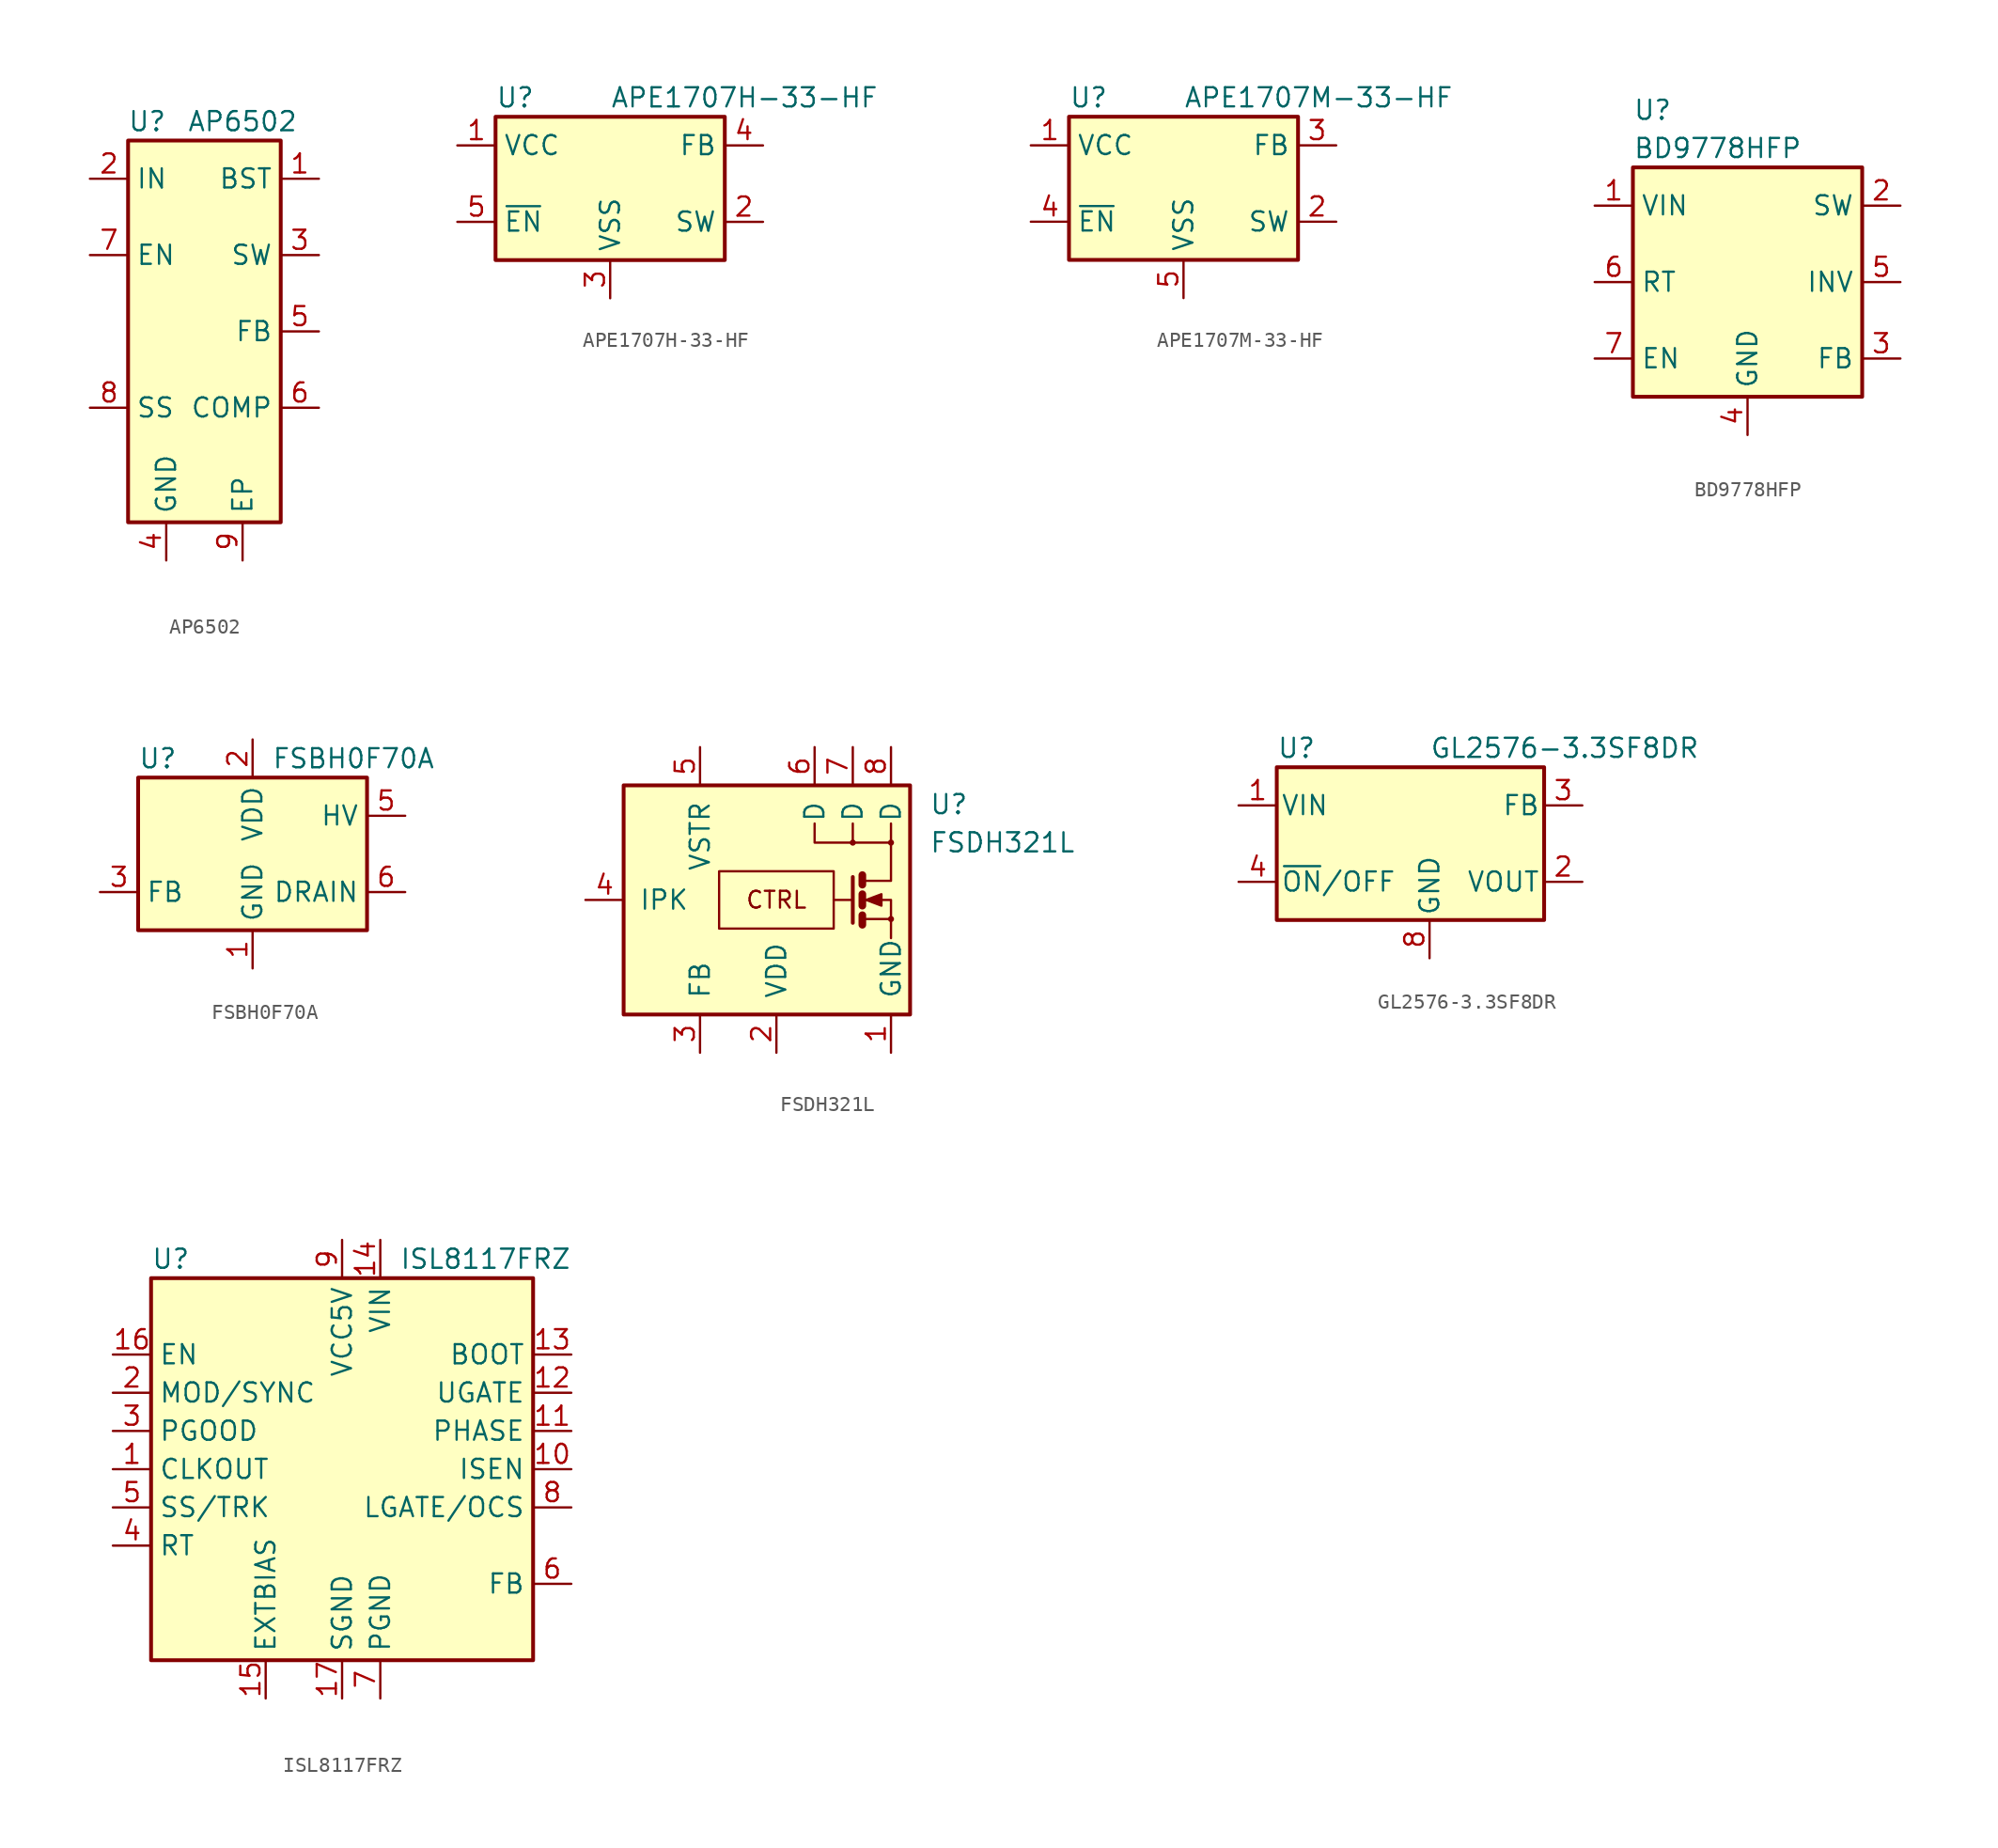
<source format=kicad_sym>
(kicad_symbol_lib
  (version 20201005)
  (generator kicad_symbol_editor)
  (symbol "AP6502"
    (property "Reference" "U"
      (at -3.81 13.97 0)
      (effects (font (size 1.27 1.27))))
    (property "Value" "AP6502"
      (at 2.54 13.97 0)
      (effects (font (size 1.27 1.27))))
    (symbol "AP6502_0_1"
      (rectangle (start -5.08 12.7) (end 5.08 -12.7) (stroke (width 0.254)) (fill (type background))))
    (symbol "AP6502_1_1"
      (pin output line (at 7.62 10.16 180) (length 2.54) (name "BST" (effects (font (size 1.27 1.27)))) (number "1" (effects (font (size 1.27 1.27)))))
      (pin power_in line (at -7.62 10.16 0) (length 2.54) (name "IN" (effects (font (size 1.27 1.27)))) (number "2" (effects (font (size 1.27 1.27)))))
      (pin power_out line (at 7.62 5.08 180) (length 2.54) (name "SW" (effects (font (size 1.27 1.27)))) (number "3" (effects (font (size 1.27 1.27)))))
      (pin power_in line (at -2.54 -15.24 90) (length 2.54) (name "GND" (effects (font (size 1.27 1.27)))) (number "4" (effects (font (size 1.27 1.27)))))
      (pin input line (at 7.62 0 180) (length 2.54) (name "FB" (effects (font (size 1.27 1.27)))) (number "5" (effects (font (size 1.27 1.27)))))
      (pin output line (at 7.62 -5.08 180) (length 2.54) (name "COMP" (effects (font (size 1.27 1.27)))) (number "6" (effects (font (size 1.27 1.27)))))
      (pin input line (at -7.62 5.08 0) (length 2.54) (name "EN" (effects (font (size 1.27 1.27)))) (number "7" (effects (font (size 1.27 1.27)))))
      (pin tri_state line (at -7.62 -5.08 0) (length 2.54) (name "SS" (effects (font (size 1.27 1.27)))) (number "8" (effects (font (size 1.27 1.27)))))
      (pin power_in line (at 2.54 -15.24 90) (length 2.54) (name "EP" (effects (font (size 1.27 1.27)))) (number "9" (effects (font (size 1.27 1.27)))))))
  (symbol "APE1707H-33-HF"
    (property "Reference" "U"
      (at -7.62 5.715 0)
      (effects (font (size 1.27 1.27)) (justify left)))
    (property "Value" "APE1707H-33-HF"
      (at 0 5.715 0)
      (effects (font (size 1.27 1.27)) (justify left)))
    (symbol "APE1707H-33-HF_0_1"
      (rectangle (start -7.62 4.445) (end 7.62 -5.08) (stroke (width 0.254)) (fill (type background))))
    (symbol "APE1707H-33-HF_1_1"
      (pin power_in line (at -10.16 2.54 0) (length 2.54) (name "VCC" (effects (font (size 1.27 1.27)))) (number "1" (effects (font (size 1.27 1.27)))))
      (pin output line (at 10.16 -2.54 180) (length 2.54) (name "SW" (effects (font (size 1.27 1.27)))) (number "2" (effects (font (size 1.27 1.27)))))
      (pin power_in line (at 0 -7.62 90) (length 2.54) (name "VSS" (effects (font (size 1.27 1.27)))) (number "3" (effects (font (size 1.27 1.27)))))
      (pin input line (at 10.16 2.54 180) (length 2.54) (name "FB" (effects (font (size 1.27 1.27)))) (number "4" (effects (font (size 1.27 1.27)))))
      (pin input line (at -10.16 -2.54 0) (length 2.54) (name "~EN~" (effects (font (size 1.27 1.27)))) (number "5" (effects (font (size 1.27 1.27)))))))
  (symbol "APE1707M-33-HF"
    (property "Reference" "U"
      (at -7.62 5.715 0)
      (effects (font (size 1.27 1.27)) (justify left)))
    (property "Value" "APE1707M-33-HF"
      (at 0 5.715 0)
      (effects (font (size 1.27 1.27)) (justify left)))
    (symbol "APE1707M-33-HF_0_1"
      (rectangle (start -7.62 4.445) (end 7.62 -5.08) (stroke (width 0.254)) (fill (type background))))
    (symbol "APE1707M-33-HF_1_1"
      (pin power_in line (at -10.16 2.54 0) (length 2.54) (name "VCC" (effects (font (size 1.27 1.27)))) (number "1" (effects (font (size 1.27 1.27)))))
      (pin output line (at 10.16 -2.54 180) (length 2.54) (name "SW" (effects (font (size 1.27 1.27)))) (number "2" (effects (font (size 1.27 1.27)))))
      (pin input line (at 10.16 2.54 180) (length 2.54) (name "FB" (effects (font (size 1.27 1.27)))) (number "3" (effects (font (size 1.27 1.27)))))
      (pin input line (at -10.16 -2.54 0) (length 2.54) (name "~EN~" (effects (font (size 1.27 1.27)))) (number "4" (effects (font (size 1.27 1.27)))))
      (pin power_in line (at 0 -7.62 90) (length 2.54) (name "VSS" (effects (font (size 1.27 1.27)))) (number "5" (effects (font (size 1.27 1.27)))))
      (pin passive line (at 0 -7.62 90) (length 2.54) hide (name "VSS" (effects (font (size 1.27 1.27)))) (number "6" (effects (font (size 1.27 1.27)))))
      (pin passive line (at 0 -7.62 90) (length 2.54) hide (name "VSS" (effects (font (size 1.27 1.27)))) (number "7" (effects (font (size 1.27 1.27)))))
      (pin passive line (at 0 -7.62 90) (length 2.54) hide (name "VSS" (effects (font (size 1.27 1.27)))) (number "8" (effects (font (size 1.27 1.27)))))))
  (symbol "BD9778HFP"
    (property "Reference" "U"
      (at -7.62 11.43 0)
      (effects (font (size 1.27 1.27)) (justify left)))
    (property "Value" "BD9778HFP"
      (at -7.62 8.89 0)
      (effects (font (size 1.27 1.27)) (justify left)))
    (symbol "BD9778HFP_0_1"
      (rectangle (start -7.62 7.62) (end 7.62 -7.62) (stroke (width 0.254)) (fill (type background))))
    (symbol "BD9778HFP_1_1"
      (pin power_in line (at -10.16 5.08 0) (length 2.54) (name "VIN" (effects (font (size 1.27 1.27)))) (number "1" (effects (font (size 1.27 1.27)))))
      (pin output line (at 10.16 5.08 180) (length 2.54) (name "SW" (effects (font (size 1.27 1.27)))) (number "2" (effects (font (size 1.27 1.27)))))
      (pin passive line (at 10.16 -5.08 180) (length 2.54) (name "FB" (effects (font (size 1.27 1.27)))) (number "3" (effects (font (size 1.27 1.27)))))
      (pin power_in line (at 0 -10.16 90) (length 2.54) (name "GND" (effects (font (size 1.27 1.27)))) (number "4" (effects (font (size 1.27 1.27)))))
      (pin input line (at 10.16 0 180) (length 2.54) (name "INV" (effects (font (size 1.27 1.27)))) (number "5" (effects (font (size 1.27 1.27)))))
      (pin passive line (at -10.16 0 0) (length 2.54) (name "RT" (effects (font (size 1.27 1.27)))) (number "6" (effects (font (size 1.27 1.27)))))
      (pin passive line (at -10.16 -5.08 0) (length 2.54) (name "EN" (effects (font (size 1.27 1.27)))) (number "7" (effects (font (size 1.27 1.27)))))))
  (symbol "FSBH0F70A"
    (property "Reference" "U"
      (at -7.62 6.35 0)
      (effects (font (size 1.27 1.27)) (justify left)))
    (property "Value" "FSBH0F70A"
      (at 1.27 6.35 0)
      (effects (font (size 1.27 1.27)) (justify left)))
    (symbol "FSBH0F70A_0_1"
      (rectangle (start -7.62 5.08) (end 7.62 -5.08) (stroke (width 0.254)) (fill (type background))))
    (symbol "FSBH0F70A_1_1"
      (pin power_in line (at 0 -7.62 90) (length 2.54) (name "GND" (effects (font (size 1.27 1.27)))) (number "1" (effects (font (size 1.27 1.27)))))
      (pin power_in line (at 0 7.62 270) (length 2.54) (name "VDD" (effects (font (size 1.27 1.27)))) (number "2" (effects (font (size 1.27 1.27)))))
      (pin input line (at -10.16 -2.54 0) (length 2.54) (name "FB" (effects (font (size 1.27 1.27)))) (number "3" (effects (font (size 1.27 1.27)))))
      (pin no_connect line (at -7.62 2.54 0) (length 2.54) hide (name "NC" (effects (font (size 1.27 1.27)))) (number "4" (effects (font (size 1.27 1.27)))))
      (pin input line (at 10.16 2.54 180) (length 2.54) (name "HV" (effects (font (size 1.27 1.27)))) (number "5" (effects (font (size 1.27 1.27)))))
      (pin open_collector line (at 10.16 -2.54 180) (length 2.54) (name "DRAIN" (effects (font (size 1.27 1.27)))) (number "6" (effects (font (size 1.27 1.27)))))
      (pin open_collector line (at 10.16 -2.54 180) (length 2.54) hide (name "DRAIN" (effects (font (size 1.27 1.27)))) (number "7" (effects (font (size 1.27 1.27)))))
      (pin open_collector line (at 10.16 -2.54 180) (length 2.54) hide (name "DRAIN" (effects (font (size 1.27 1.27)))) (number "8" (effects (font (size 1.27 1.27)))))))
  (symbol "FSDH321L"
    (pin_names
      (offset 1.016))
    (property "Reference" "U"
      (at 10.16 6.35 0)
      (effects (font (size 1.27 1.27)) (justify left)))
    (property "Value" "FSDH321L"
      (at 10.16 3.81 0)
      (effects (font (size 1.27 1.27)) (justify left)))
    (symbol "FSDH321L_0_0"
      (circle (center 5.08 3.81) (radius 0.127) (stroke (width 0)) (fill (type none)))
      (circle (center 7.62 -1.27) (radius 0.127) (stroke (width 0)) (fill (type none)))
      (circle (center 7.62 3.81) (radius 0.127) (stroke (width 0)) (fill (type none)))
      (text "CTRL" (at 0 0 0) (effects (font (size 1.118 1.118))))
      (rectangle (start -10.16 7.62) (end 8.89 -7.62) (stroke (width 0.254)) (fill (type background))))
    (symbol "FSDH321L_0_1"
      (rectangle (start -3.81 1.905) (end 3.81 -1.905) (stroke (width 0)) (fill (type none)))
      (polyline (pts (xy 5.08 0) (xy 3.81 0)) (stroke (width 0)) (fill (type none)))
      (polyline (pts (xy 5.08 3.81) (xy 5.08 5.08)) (stroke (width 0)) (fill (type none)))
      (polyline (pts (xy 5.715 -1.016) (xy 5.715 -1.651)) (stroke (width 0.508)) (fill (type none)))
      (polyline (pts (xy 5.715 0.381) (xy 5.715 -0.381)) (stroke (width 0.508)) (fill (type none)))
      (polyline (pts (xy 5.715 1.651) (xy 5.715 1.016)) (stroke (width 0.508)) (fill (type none)))
      (polyline (pts (xy 5.08 1.524) (xy 5.08 -1.524) (xy 5.08 -1.524)) (stroke (width 0.254)) (fill (type none)))
      (polyline (pts (xy 5.715 -1.27) (xy 7.62 -1.27) (xy 7.62 -2.54)) (stroke (width 0)) (fill (type none)))
      (polyline (pts (xy 7.62 3.81) (xy 2.54 3.81) (xy 2.54 5.08)) (stroke (width 0)) (fill (type none)))
      (polyline (pts (xy 5.715 1.27) (xy 6.731 1.27) (xy 7.62 1.27) (xy 7.62 5.08)) (stroke (width 0)) (fill (type none)))
      (polyline (pts (xy 5.842 0) (xy 6.35 0) (xy 7.62 0) (xy 7.62 -1.27) (xy 7.62 -1.27)) (stroke (width 0)) (fill (type none)))
      (polyline (pts (xy 5.969 0) (xy 6.985 0.381) (xy 6.985 -0.381) (xy 5.969 0) (xy 6.096 0) (xy 6.096 0)) (stroke (width 0)) (fill (type outline))))
    (symbol "FSDH321L_1_1"
      (pin power_in line (at 7.62 -10.16 90) (length 2.54) (name "GND" (effects (font (size 1.27 1.27)))) (number "1" (effects (font (size 1.27 1.27)))))
      (pin power_in line (at 0 -10.16 90) (length 2.54) (name "VDD" (effects (font (size 1.27 1.27)))) (number "2" (effects (font (size 1.27 1.27)))))
      (pin input line (at -5.08 -10.16 90) (length 2.54) (name "FB" (effects (font (size 1.27 1.27)))) (number "3" (effects (font (size 1.27 1.27)))))
      (pin passive line (at -12.7 0 0) (length 2.54) (name "IPK" (effects (font (size 1.27 1.27)))) (number "4" (effects (font (size 1.27 1.27)))))
      (pin passive line (at -5.08 10.16 270) (length 2.54) (name "VSTR" (effects (font (size 1.27 1.27)))) (number "5" (effects (font (size 1.27 1.27)))))
      (pin passive line (at 2.54 10.16 270) (length 2.54) (name "D" (effects (font (size 1.27 1.27)))) (number "6" (effects (font (size 1.27 1.27)))))
      (pin passive line (at 5.08 10.16 270) (length 2.54) (name "D" (effects (font (size 1.27 1.27)))) (number "7" (effects (font (size 1.27 1.27)))))
      (pin passive line (at 7.62 10.16 270) (length 2.54) (name "D" (effects (font (size 1.27 1.27)))) (number "8" (effects (font (size 1.27 1.27)))))))
  (symbol "GL2576-3.3SF8DR"
    (pin_names
      (offset 0.254))
    (property "Reference" "U"
      (at -10.16 6.35 0)
      (effects (font (size 1.27 1.27)) (justify left)))
    (property "Value" "GL2576-3.3SF8DR"
      (at 0 6.35 0)
      (effects (font (size 1.27 1.27)) (justify left)))
    (symbol "GL2576-3.3SF8DR_0_1"
      (rectangle (start -10.16 5.08) (end 7.62 -5.08) (stroke (width 0.254)) (fill (type background))))
    (symbol "GL2576-3.3SF8DR_1_1"
      (pin power_in line (at -12.7 2.54 0) (length 2.54) (name "VIN" (effects (font (size 1.27 1.27)))) (number "1" (effects (font (size 1.27 1.27)))))
      (pin output line (at 10.16 -2.54 180) (length 2.54) (name "VOUT" (effects (font (size 1.27 1.27)))) (number "2" (effects (font (size 1.27 1.27)))))
      (pin passive line (at 10.16 2.54 180) (length 2.54) (name "FB" (effects (font (size 1.27 1.27)))) (number "3" (effects (font (size 1.27 1.27)))))
      (pin input line (at -12.7 -2.54 0) (length 2.54) (name "~ON~/OFF" (effects (font (size 1.27 1.27)))) (number "4" (effects (font (size 1.27 1.27)))))
      (pin passive line (at 0 -7.62 90) (length 2.54) hide (name "GND" (effects (font (size 1.27 1.27)))) (number "5" (effects (font (size 1.27 1.27)))))
      (pin passive line (at 0 -7.62 90) (length 2.54) hide (name "GND" (effects (font (size 1.27 1.27)))) (number "6" (effects (font (size 1.27 1.27)))))
      (pin passive line (at 0 -7.62 90) (length 2.54) hide (name "GND" (effects (font (size 1.27 1.27)))) (number "7" (effects (font (size 1.27 1.27)))))
      (pin power_in line (at 0 -7.62 90) (length 2.54) (name "GND" (effects (font (size 1.27 1.27)))) (number "8" (effects (font (size 1.27 1.27)))))))
  (symbol "ISL8117FRZ"
    (property "Reference" "U"
      (at -12.7 13.97 0)
      (effects (font (size 1.27 1.27)) (justify left)))
    (property "Value" "ISL8117FRZ"
      (at 3.81 13.97 0)
      (effects (font (size 1.27 1.27)) (justify left)))
    (symbol "ISL8117FRZ_0_1"
      (rectangle (start -12.7 12.7) (end 12.7 -12.7) (stroke (width 0.254)) (fill (type background))))
    (symbol "ISL8117FRZ_1_1"
      (pin input line (at -15.24 0 0) (length 2.54) (name "CLKOUT" (effects (font (size 1.27 1.27)))) (number "1" (effects (font (size 1.27 1.27)))))
      (pin input line (at 15.24 0 180) (length 2.54) (name "ISEN" (effects (font (size 1.27 1.27)))) (number "10" (effects (font (size 1.27 1.27)))))
      (pin input line (at 15.24 2.54 180) (length 2.54) (name "PHASE" (effects (font (size 1.27 1.27)))) (number "11" (effects (font (size 1.27 1.27)))))
      (pin output line (at 15.24 5.08 180) (length 2.54) (name "UGATE" (effects (font (size 1.27 1.27)))) (number "12" (effects (font (size 1.27 1.27)))))
      (pin input line (at 15.24 7.62 180) (length 2.54) (name "BOOT" (effects (font (size 1.27 1.27)))) (number "13" (effects (font (size 1.27 1.27)))))
      (pin power_in line (at 2.54 15.24 270) (length 2.54) (name "VIN" (effects (font (size 1.27 1.27)))) (number "14" (effects (font (size 1.27 1.27)))))
      (pin input line (at -5.08 -15.24 90) (length 2.54) (name "EXTBIAS" (effects (font (size 1.27 1.27)))) (number "15" (effects (font (size 1.27 1.27)))))
      (pin input line (at -15.24 7.62 0) (length 2.54) (name "EN" (effects (font (size 1.27 1.27)))) (number "16" (effects (font (size 1.27 1.27)))))
      (pin power_in line (at 0 -15.24 90) (length 2.54) (name "SGND" (effects (font (size 1.27 1.27)))) (number "17" (effects (font (size 1.27 1.27)))))
      (pin input line (at -15.24 5.08 0) (length 2.54) (name "MOD/SYNC" (effects (font (size 1.27 1.27)))) (number "2" (effects (font (size 1.27 1.27)))))
      (pin input line (at -15.24 2.54 0) (length 2.54) (name "PGOOD" (effects (font (size 1.27 1.27)))) (number "3" (effects (font (size 1.27 1.27)))))
      (pin input line (at -15.24 -5.08 0) (length 2.54) (name "RT" (effects (font (size 1.27 1.27)))) (number "4" (effects (font (size 1.27 1.27)))))
      (pin input line (at -15.24 -2.54 0) (length 2.54) (name "SS/TRK" (effects (font (size 1.27 1.27)))) (number "5" (effects (font (size 1.27 1.27)))))
      (pin input line (at 15.24 -7.62 180) (length 2.54) (name "FB" (effects (font (size 1.27 1.27)))) (number "6" (effects (font (size 1.27 1.27)))))
      (pin power_in line (at 2.54 -15.24 90) (length 2.54) (name "PGND" (effects (font (size 1.27 1.27)))) (number "7" (effects (font (size 1.27 1.27)))))
      (pin input line (at 15.24 -2.54 180) (length 2.54) (name "LGATE/OCS" (effects (font (size 1.27 1.27)))) (number "8" (effects (font (size 1.27 1.27)))))
      (pin power_in line (at 0 15.24 270) (length 2.54) (name "VCC5V" (effects (font (size 1.27 1.27)))) (number "9" (effects (font (size 1.27 1.27))))))))
</source>
